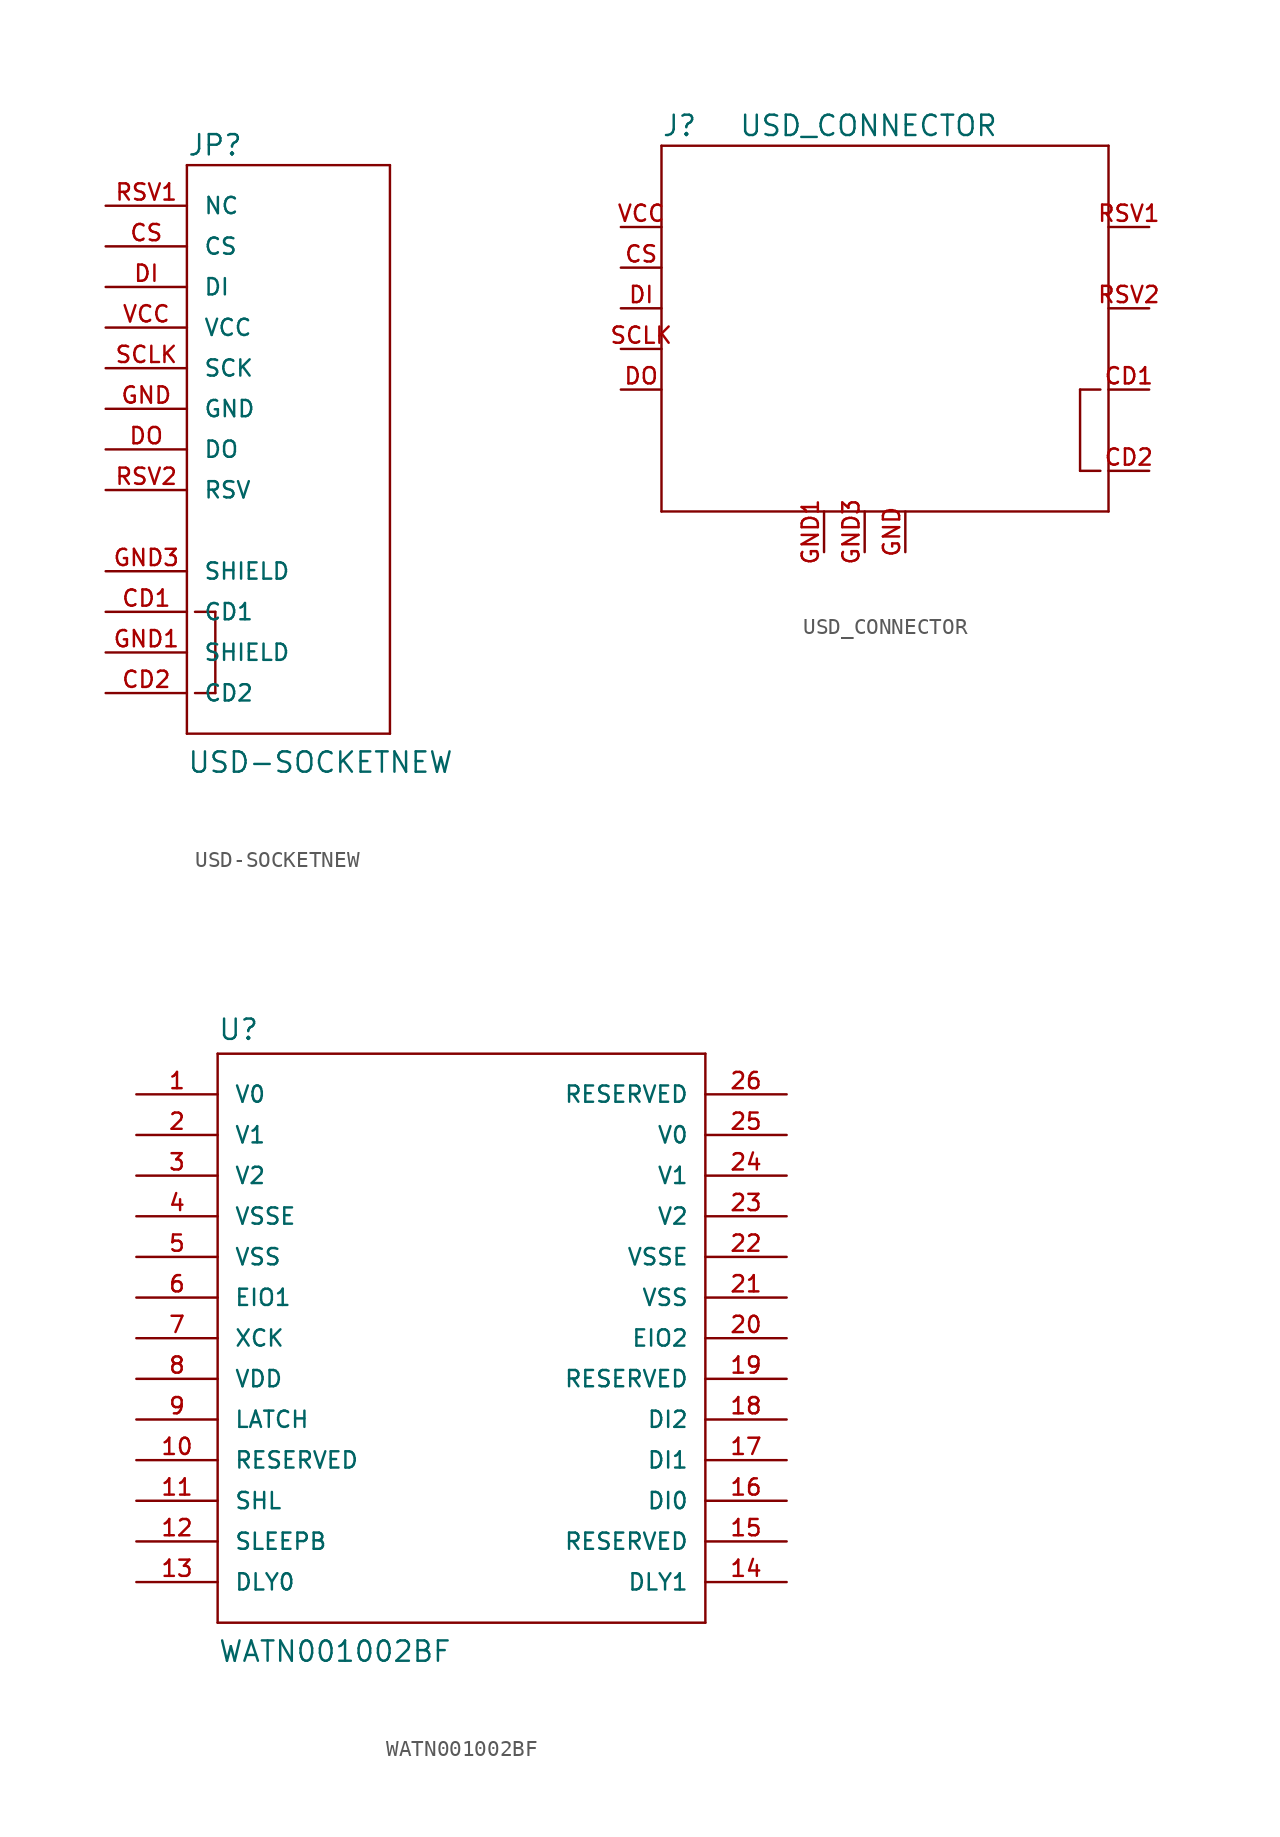
<source format=kicad_sym>
(kicad_symbol_lib
  (version 20211014)
  (generator kicad_symbol_editor)
  (symbol "USD-SOCKETNEW"
    (pin_names
      (offset 1.016))
    (property "Reference" "JP"
      (at -2.54 15.748 0)
      (effects (font (size 1.27 1.27)) (justify left bottom)))
    (property "Value" "USD-SOCKETNEW"
      (at -2.54 -22.86 0)
      (effects (font (size 1.27 1.27)) (justify left bottom)))
    (property "Datasheet" ""
      (at 0 0 0)
      (effects (font (size 1.524 1.524))))
    (property "ki_locked" ""
      (at 0 0 0)
      (effects (font (size 1.27 1.27))))
    (symbol "USD-SOCKETNEW_1_0"
      (polyline (pts (xy -2.54 -20.32) (xy -2.54 15.24)) (stroke (width 0) (type default) (color 0 0 0 0)) (fill (type none)))
      (polyline (pts (xy -2.54 15.24) (xy 10.16 15.24)) (stroke (width 0) (type default) (color 0 0 0 0)) (fill (type none)))
      (polyline (pts (xy -0.762 -17.78) (xy -2.032 -17.78)) (stroke (width 0) (type default) (color 0 0 0 0)) (fill (type none)))
      (polyline (pts (xy -0.762 -12.7) (xy -2.032 -12.7)) (stroke (width 0) (type default) (color 0 0 0 0)) (fill (type none)))
      (polyline (pts (xy -0.762 -12.7) (xy -0.762 -17.78)) (stroke (width 0) (type default) (color 0 0 0 0)) (fill (type none)))
      (polyline (pts (xy 10.16 -20.32) (xy -2.54 -20.32)) (stroke (width 0) (type default) (color 0 0 0 0)) (fill (type none)))
      (polyline (pts (xy 10.16 15.24) (xy 10.16 -20.32)) (stroke (width 0) (type default) (color 0 0 0 0)) (fill (type none))))
    (symbol "USD-SOCKETNEW_1_1"
      (pin bidirectional line (at -7.62 -12.7 0) (length 5.08) (name "CD1" (effects (font (size 1.016 1.016)))) (number "CD1" (effects (font (size 1.016 1.016)))))
      (pin bidirectional line (at -7.62 -17.78 0) (length 5.08) (name "CD2" (effects (font (size 1.016 1.016)))) (number "CD2" (effects (font (size 1.016 1.016)))))
      (pin bidirectional line (at -7.62 10.16 0) (length 5.08) (name "CS" (effects (font (size 1.016 1.016)))) (number "CS" (effects (font (size 1.016 1.016)))))
      (pin bidirectional line (at -7.62 7.62 0) (length 5.08) (name "DI" (effects (font (size 1.016 1.016)))) (number "DI" (effects (font (size 1.016 1.016)))))
      (pin bidirectional line (at -7.62 -2.54 0) (length 5.08) (name "DO" (effects (font (size 1.016 1.016)))) (number "DO" (effects (font (size 1.016 1.016)))))
      (pin bidirectional line (at -7.62 0 0) (length 5.08) (name "GND" (effects (font (size 1.016 1.016)))) (number "GND" (effects (font (size 1.016 1.016)))))
      (pin bidirectional line (at -7.62 -15.24 0) (length 5.08) (name "SHIELD" (effects (font (size 1.016 1.016)))) (number "GND1" (effects (font (size 1.016 1.016)))))
      (pin bidirectional line (at -7.62 -10.16 0) (length 5.08) (name "SHIELD" (effects (font (size 1.016 1.016)))) (number "GND3" (effects (font (size 1.016 1.016)))))
      (pin bidirectional line (at -7.62 12.7 0) (length 5.08) (name "NC" (effects (font (size 1.016 1.016)))) (number "RSV1" (effects (font (size 1.016 1.016)))))
      (pin bidirectional line (at -7.62 -5.08 0) (length 5.08) (name "RSV" (effects (font (size 1.016 1.016)))) (number "RSV2" (effects (font (size 1.016 1.016)))))
      (pin bidirectional line (at -7.62 2.54 0) (length 5.08) (name "SCK" (effects (font (size 1.016 1.016)))) (number "SCLK" (effects (font (size 1.016 1.016)))))
      (pin bidirectional line (at -7.62 5.08 0) (length 5.08) (name "VCC" (effects (font (size 1.016 1.016)))) (number "VCC" (effects (font (size 1.016 1.016)))))))
  (symbol "USD_CONNECTOR"
    (pin_names
      (offset 1.016) hide)
    (property "Reference" "J"
      (at -12.7 10.668 0)
      (effects (font (size 1.27 1.27)) (justify left bottom)))
    (property "Value" "USD_CONNECTOR"
      (at -7.874 10.668 0)
      (effects (font (size 1.27 1.27)) (justify left bottom)))
    (property "Datasheet" ""
      (at 0 0 0)
      (effects (font (size 1.524 1.524))))
    (property "ki_locked" ""
      (at 0 0 0)
      (effects (font (size 1.27 1.27))))
    (symbol "USD_CONNECTOR_1_0"
      (polyline (pts (xy -12.7 -12.7) (xy -12.7 10.16)) (stroke (width 0) (type default) (color 0 0 0 0)) (fill (type none)))
      (polyline (pts (xy -12.7 10.16) (xy 15.24 10.16)) (stroke (width 0) (type default) (color 0 0 0 0)) (fill (type none)))
      (polyline (pts (xy 13.462 -10.16) (xy 13.462 -5.08)) (stroke (width 0) (type default) (color 0 0 0 0)) (fill (type none)))
      (polyline (pts (xy 13.462 -10.16) (xy 14.732 -10.16)) (stroke (width 0) (type default) (color 0 0 0 0)) (fill (type none)))
      (polyline (pts (xy 13.462 -5.08) (xy 14.732 -5.08)) (stroke (width 0) (type default) (color 0 0 0 0)) (fill (type none)))
      (polyline (pts (xy 15.24 -12.7) (xy -12.7 -12.7)) (stroke (width 0) (type default) (color 0 0 0 0)) (fill (type none)))
      (polyline (pts (xy 15.24 10.16) (xy 15.24 -12.7)) (stroke (width 0) (type default) (color 0 0 0 0)) (fill (type none))))
    (symbol "USD_CONNECTOR_1_1"
      (pin bidirectional line (at 17.78 -5.08 180) (length 2.54) (name "CD1" (effects (font (size 1.016 1.016)))) (number "CD1" (effects (font (size 1.016 1.016)))))
      (pin bidirectional line (at 17.78 -10.16 180) (length 2.54) (name "CD2" (effects (font (size 1.016 1.016)))) (number "CD2" (effects (font (size 1.016 1.016)))))
      (pin bidirectional line (at -15.24 2.54 0) (length 2.54) (name "!CS" (effects (font (size 1.016 1.016)))) (number "CS" (effects (font (size 1.016 1.016)))))
      (pin bidirectional line (at -15.24 0 0) (length 2.54) (name "DI" (effects (font (size 1.016 1.016)))) (number "DI" (effects (font (size 1.016 1.016)))))
      (pin bidirectional line (at -15.24 -5.08 0) (length 2.54) (name "DO" (effects (font (size 1.016 1.016)))) (number "DO" (effects (font (size 1.016 1.016)))))
      (pin bidirectional line (at 2.54 -15.24 90) (length 2.54) (name "GND" (effects (font (size 1.016 1.016)))) (number "GND" (effects (font (size 1.016 1.016)))))
      (pin bidirectional line (at -2.54 -15.24 90) (length 2.54) (name "SHIELD" (effects (font (size 1.016 1.016)))) (number "GND1" (effects (font (size 1.016 1.016)))))
      (pin bidirectional line (at 0 -15.24 90) (length 2.54) (name "SHIELD" (effects (font (size 1.016 1.016)))) (number "GND3" (effects (font (size 1.016 1.016)))))
      (pin bidirectional line (at 17.78 5.08 180) (length 2.54) (name "RSV" (effects (font (size 1.016 1.016)))) (number "RSV1" (effects (font (size 1.016 1.016)))))
      (pin bidirectional line (at 17.78 0 180) (length 2.54) (name "RSV" (effects (font (size 1.016 1.016)))) (number "RSV2" (effects (font (size 1.016 1.016)))))
      (pin bidirectional line (at -15.24 -2.54 0) (length 2.54) (name "SCK" (effects (font (size 1.016 1.016)))) (number "SCLK" (effects (font (size 1.016 1.016)))))
      (pin bidirectional line (at -15.24 5.08 0) (length 2.54) (name "VCC" (effects (font (size 1.016 1.016)))) (number "VCC" (effects (font (size 1.016 1.016)))))))
  (symbol "WATN001002BF"
    (pin_names
      (offset 1.016))
    (property "Reference" "U"
      (at -15.24 18.542 0)
      (effects (font (size 1.27 1.27)) (justify left bottom)))
    (property "Value" "WATN001002BF"
      (at -15.24 -20.32 0)
      (effects (font (size 1.27 1.27)) (justify left bottom)))
    (property "Datasheet" ""
      (at 0 0 0)
      (effects (font (size 1.524 1.524))))
    (property "ki_locked" ""
      (at 0 0 0)
      (effects (font (size 1.27 1.27))))
    (symbol "WATN001002BF_1_0"
      (polyline (pts (xy -15.24 -17.78) (xy 15.24 -17.78)) (stroke (width 0) (type default) (color 0 0 0 0)) (fill (type none)))
      (polyline (pts (xy -15.24 17.78) (xy -15.24 -17.78)) (stroke (width 0) (type default) (color 0 0 0 0)) (fill (type none)))
      (polyline (pts (xy 15.24 -17.78) (xy 15.24 17.78)) (stroke (width 0) (type default) (color 0 0 0 0)) (fill (type none)))
      (polyline (pts (xy 15.24 17.78) (xy -15.24 17.78)) (stroke (width 0) (type default) (color 0 0 0 0)) (fill (type none))))
    (symbol "WATN001002BF_1_1"
      (pin bidirectional line (at -20.32 15.24 0) (length 5.08) (name "V0" (effects (font (size 1.016 1.016)))) (number "1" (effects (font (size 1.016 1.016)))))
      (pin bidirectional line (at -20.32 -7.62 0) (length 5.08) (name "RESERVED" (effects (font (size 1.016 1.016)))) (number "10" (effects (font (size 1.016 1.016)))))
      (pin bidirectional line (at -20.32 -10.16 0) (length 5.08) (name "SHL" (effects (font (size 1.016 1.016)))) (number "11" (effects (font (size 1.016 1.016)))))
      (pin bidirectional line (at -20.32 -12.7 0) (length 5.08) (name "SLEEPB" (effects (font (size 1.016 1.016)))) (number "12" (effects (font (size 1.016 1.016)))))
      (pin bidirectional line (at -20.32 -15.24 0) (length 5.08) (name "DLY0" (effects (font (size 1.016 1.016)))) (number "13" (effects (font (size 1.016 1.016)))))
      (pin bidirectional line (at 20.32 -15.24 180) (length 5.08) (name "DLY1" (effects (font (size 1.016 1.016)))) (number "14" (effects (font (size 1.016 1.016)))))
      (pin bidirectional line (at 20.32 -12.7 180) (length 5.08) (name "RESERVED" (effects (font (size 1.016 1.016)))) (number "15" (effects (font (size 1.016 1.016)))))
      (pin bidirectional line (at 20.32 -10.16 180) (length 5.08) (name "DI0" (effects (font (size 1.016 1.016)))) (number "16" (effects (font (size 1.016 1.016)))))
      (pin bidirectional line (at 20.32 -7.62 180) (length 5.08) (name "DI1" (effects (font (size 1.016 1.016)))) (number "17" (effects (font (size 1.016 1.016)))))
      (pin bidirectional line (at 20.32 -5.08 180) (length 5.08) (name "DI2" (effects (font (size 1.016 1.016)))) (number "18" (effects (font (size 1.016 1.016)))))
      (pin bidirectional line (at 20.32 -2.54 180) (length 5.08) (name "RESERVED" (effects (font (size 1.016 1.016)))) (number "19" (effects (font (size 1.016 1.016)))))
      (pin bidirectional line (at -20.32 12.7 0) (length 5.08) (name "V1" (effects (font (size 1.016 1.016)))) (number "2" (effects (font (size 1.016 1.016)))))
      (pin bidirectional line (at 20.32 0 180) (length 5.08) (name "EIO2" (effects (font (size 1.016 1.016)))) (number "20" (effects (font (size 1.016 1.016)))))
      (pin bidirectional line (at 20.32 2.54 180) (length 5.08) (name "VSS" (effects (font (size 1.016 1.016)))) (number "21" (effects (font (size 1.016 1.016)))))
      (pin bidirectional line (at 20.32 5.08 180) (length 5.08) (name "VSSE" (effects (font (size 1.016 1.016)))) (number "22" (effects (font (size 1.016 1.016)))))
      (pin bidirectional line (at 20.32 7.62 180) (length 5.08) (name "V2" (effects (font (size 1.016 1.016)))) (number "23" (effects (font (size 1.016 1.016)))))
      (pin bidirectional line (at 20.32 10.16 180) (length 5.08) (name "V1" (effects (font (size 1.016 1.016)))) (number "24" (effects (font (size 1.016 1.016)))))
      (pin bidirectional line (at 20.32 12.7 180) (length 5.08) (name "V0" (effects (font (size 1.016 1.016)))) (number "25" (effects (font (size 1.016 1.016)))))
      (pin bidirectional line (at 20.32 15.24 180) (length 5.08) (name "RESERVED" (effects (font (size 1.016 1.016)))) (number "26" (effects (font (size 1.016 1.016)))))
      (pin bidirectional line (at -20.32 10.16 0) (length 5.08) (name "V2" (effects (font (size 1.016 1.016)))) (number "3" (effects (font (size 1.016 1.016)))))
      (pin bidirectional line (at -20.32 7.62 0) (length 5.08) (name "VSSE" (effects (font (size 1.016 1.016)))) (number "4" (effects (font (size 1.016 1.016)))))
      (pin bidirectional line (at -20.32 5.08 0) (length 5.08) (name "VSS" (effects (font (size 1.016 1.016)))) (number "5" (effects (font (size 1.016 1.016)))))
      (pin bidirectional line (at -20.32 2.54 0) (length 5.08) (name "EIO1" (effects (font (size 1.016 1.016)))) (number "6" (effects (font (size 1.016 1.016)))))
      (pin bidirectional line (at -20.32 0 0) (length 5.08) (name "XCK" (effects (font (size 1.016 1.016)))) (number "7" (effects (font (size 1.016 1.016)))))
      (pin bidirectional line (at -20.32 -2.54 0) (length 5.08) (name "VDD" (effects (font (size 1.016 1.016)))) (number "8" (effects (font (size 1.016 1.016)))))
      (pin bidirectional line (at -20.32 -5.08 0) (length 5.08) (name "LATCH" (effects (font (size 1.016 1.016)))) (number "9" (effects (font (size 1.016 1.016))))))))
</source>
